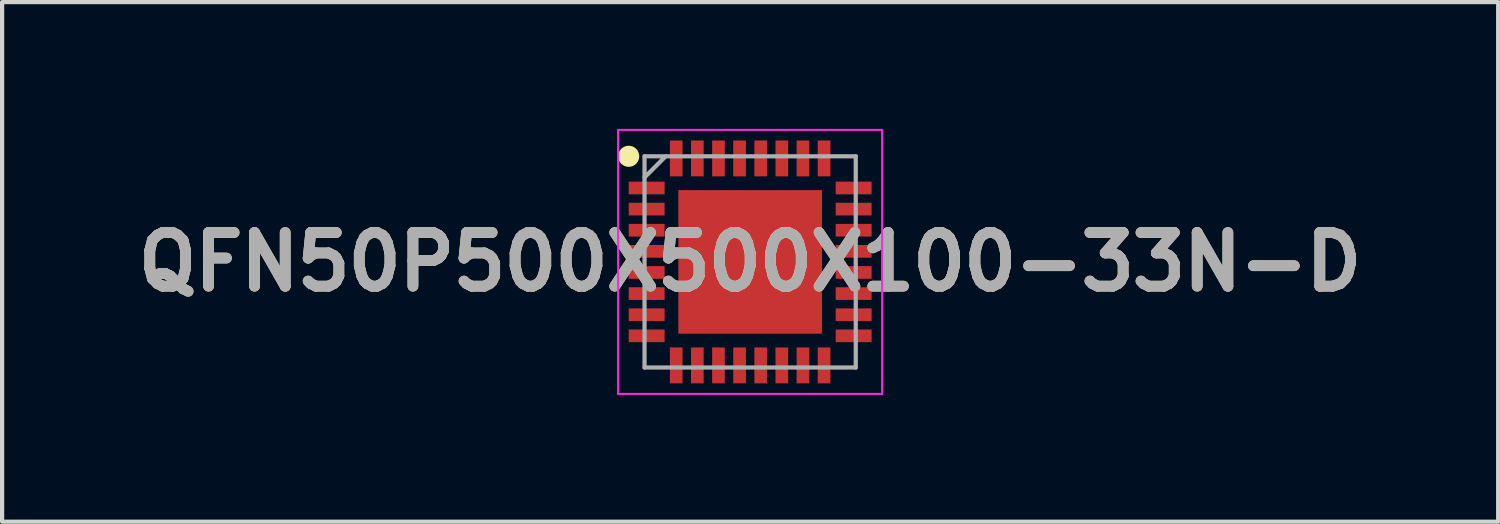
<source format=kicad_pcb>
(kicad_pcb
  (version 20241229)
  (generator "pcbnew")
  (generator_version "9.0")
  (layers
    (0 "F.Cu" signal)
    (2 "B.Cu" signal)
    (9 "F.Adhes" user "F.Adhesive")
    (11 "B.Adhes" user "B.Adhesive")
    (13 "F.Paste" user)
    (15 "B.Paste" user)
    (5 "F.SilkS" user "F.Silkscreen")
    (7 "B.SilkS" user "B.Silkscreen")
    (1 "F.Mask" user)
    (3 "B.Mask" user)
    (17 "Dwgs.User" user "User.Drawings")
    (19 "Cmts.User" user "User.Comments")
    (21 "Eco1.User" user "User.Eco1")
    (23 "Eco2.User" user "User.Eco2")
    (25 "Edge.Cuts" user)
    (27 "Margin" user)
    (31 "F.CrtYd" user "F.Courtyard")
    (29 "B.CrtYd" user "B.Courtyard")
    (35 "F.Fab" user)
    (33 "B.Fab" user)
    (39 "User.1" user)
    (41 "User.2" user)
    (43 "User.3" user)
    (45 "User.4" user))
  (footprint "QFN50P500X500X100-33N-D"
    (layer "F.Cu")
    (at 14.708 3.15)
    (property "Reference" "QFN50P500X500X100-33N-D" (at 0 0 0) (layer "F.SilkS") (effects (font (size 1.27 1.27) (thickness 0.254))))
    (attr smd)
    (fp_circle (center -2.875 -2.5) (end -2.875 -2.375) (stroke (width 0.25) (type solid)) (fill no) (layer "F.SilkS"))
    (fp_line (start -3.125 -3.125) (end 3.125 -3.125) (stroke (width 0.05) (type solid)) (layer "F.CrtYd"))
    (fp_line (start -3.125 3.125) (end -3.125 -3.125) (stroke (width 0.05) (type solid)) (layer "F.CrtYd"))
    (fp_line (start 3.125 -3.125) (end 3.125 3.125) (stroke (width 0.05) (type solid)) (layer "F.CrtYd"))
    (fp_line (start 3.125 3.125) (end -3.125 3.125) (stroke (width 0.05) (type solid)) (layer "F.CrtYd"))
    (fp_line (start -2.5 -2.5) (end 2.5 -2.5) (stroke (width 0.1) (type solid)) (layer "F.Fab"))
    (fp_line (start -2.5 -2) (end -2 -2.5) (stroke (width 0.1) (type solid)) (layer "F.Fab"))
    (fp_line (start -2.5 2.5) (end -2.5 -2.5) (stroke (width 0.1) (type solid)) (layer "F.Fab"))
    (fp_line (start 2.5 -2.5) (end 2.5 2.5) (stroke (width 0.1) (type solid)) (layer "F.Fab"))
    (fp_line (start 2.5 2.5) (end -2.5 2.5) (stroke (width 0.1) (type solid)) (layer "F.Fab"))
    (fp_text user "${REFERENCE}" (at 0 0 0) (layer "F.Fab") (effects (font (size 1.27 1.27) (thickness 0.254))))
    (pad "1" smd rect (at -2.45 -1.75 90) (size 0.3 0.85) (layers "F.Cu" "F.Mask" "F.Paste"))
    (pad "2" smd rect (at -2.45 -1.25 90) (size 0.3 0.85) (layers "F.Cu" "F.Mask" "F.Paste"))
    (pad "3" smd rect (at -2.45 -0.75 90) (size 0.3 0.85) (layers "F.Cu" "F.Mask" "F.Paste"))
    (pad "4" smd rect (at -2.45 -0.25 90) (size 0.3 0.85) (layers "F.Cu" "F.Mask" "F.Paste"))
    (pad "5" smd rect (at -2.45 0.25 90) (size 0.3 0.85) (layers "F.Cu" "F.Mask" "F.Paste"))
    (pad "6" smd rect (at -2.45 0.75 90) (size 0.3 0.85) (layers "F.Cu" "F.Mask" "F.Paste"))
    (pad "7" smd rect (at -2.45 1.25 90) (size 0.3 0.85) (layers "F.Cu" "F.Mask" "F.Paste"))
    (pad "8" smd rect (at -2.45 1.75 90) (size 0.3 0.85) (layers "F.Cu" "F.Mask" "F.Paste"))
    (pad "9" smd rect (at -1.75 2.45) (size 0.3 0.85) (layers "F.Cu" "F.Mask" "F.Paste"))
    (pad "10" smd rect (at -1.25 2.45) (size 0.3 0.85) (layers "F.Cu" "F.Mask" "F.Paste"))
    (pad "11" smd rect (at -0.75 2.45) (size 0.3 0.85) (layers "F.Cu" "F.Mask" "F.Paste"))
    (pad "12" smd rect (at -0.25 2.45) (size 0.3 0.85) (layers "F.Cu" "F.Mask" "F.Paste"))
    (pad "13" smd rect (at 0.25 2.45) (size 0.3 0.85) (layers "F.Cu" "F.Mask" "F.Paste"))
    (pad "14" smd rect (at 0.75 2.45) (size 0.3 0.85) (layers "F.Cu" "F.Mask" "F.Paste"))
    (pad "15" smd rect (at 1.25 2.45) (size 0.3 0.85) (layers "F.Cu" "F.Mask" "F.Paste"))
    (pad "16" smd rect (at 1.75 2.45) (size 0.3 0.85) (layers "F.Cu" "F.Mask" "F.Paste"))
    (pad "17" smd rect (at 2.45 1.75 90) (size 0.3 0.85) (layers "F.Cu" "F.Mask" "F.Paste"))
    (pad "18" smd rect (at 2.45 1.25 90) (size 0.3 0.85) (layers "F.Cu" "F.Mask" "F.Paste"))
    (pad "19" smd rect (at 2.45 0.75 90) (size 0.3 0.85) (layers "F.Cu" "F.Mask" "F.Paste"))
    (pad "20" smd rect (at 2.45 0.25 90) (size 0.3 0.85) (layers "F.Cu" "F.Mask" "F.Paste"))
    (pad "21" smd rect (at 2.45 -0.25 90) (size 0.3 0.85) (layers "F.Cu" "F.Mask" "F.Paste"))
    (pad "22" smd rect (at 2.45 -0.75 90) (size 0.3 0.85) (layers "F.Cu" "F.Mask" "F.Paste"))
    (pad "23" smd rect (at 2.45 -1.25 90) (size 0.3 0.85) (layers "F.Cu" "F.Mask" "F.Paste"))
    (pad "24" smd rect (at 2.45 -1.75 90) (size 0.3 0.85) (layers "F.Cu" "F.Mask" "F.Paste"))
    (pad "25" smd rect (at 1.75 -2.45) (size 0.3 0.85) (layers "F.Cu" "F.Mask" "F.Paste"))
    (pad "26" smd rect (at 1.25 -2.45) (size 0.3 0.85) (layers "F.Cu" "F.Mask" "F.Paste"))
    (pad "27" smd rect (at 0.75 -2.45) (size 0.3 0.85) (layers "F.Cu" "F.Mask" "F.Paste"))
    (pad "28" smd rect (at 0.25 -2.45) (size 0.3 0.85) (layers "F.Cu" "F.Mask" "F.Paste"))
    (pad "29" smd rect (at -0.25 -2.45) (size 0.3 0.85) (layers "F.Cu" "F.Mask" "F.Paste"))
    (pad "30" smd rect (at -0.75 -2.45) (size 0.3 0.85) (layers "F.Cu" "F.Mask" "F.Paste"))
    (pad "31" smd rect (at -1.25 -2.45) (size 0.3 0.85) (layers "F.Cu" "F.Mask" "F.Paste"))
    (pad "32" smd rect (at -1.75 -2.45) (size 0.3 0.85) (layers "F.Cu" "F.Mask" "F.Paste"))
    (pad "33" smd rect (at 0 0) (size 3.4 3.4) (layers "F.Cu" "F.Mask" "F.Paste")))
  (gr_rect
    (start -3 -3)
    (end 32.416 9.3)
    (stroke (width 0.1) (type default))
    (fill no)
    (layer "Edge.Cuts")))
</source>
